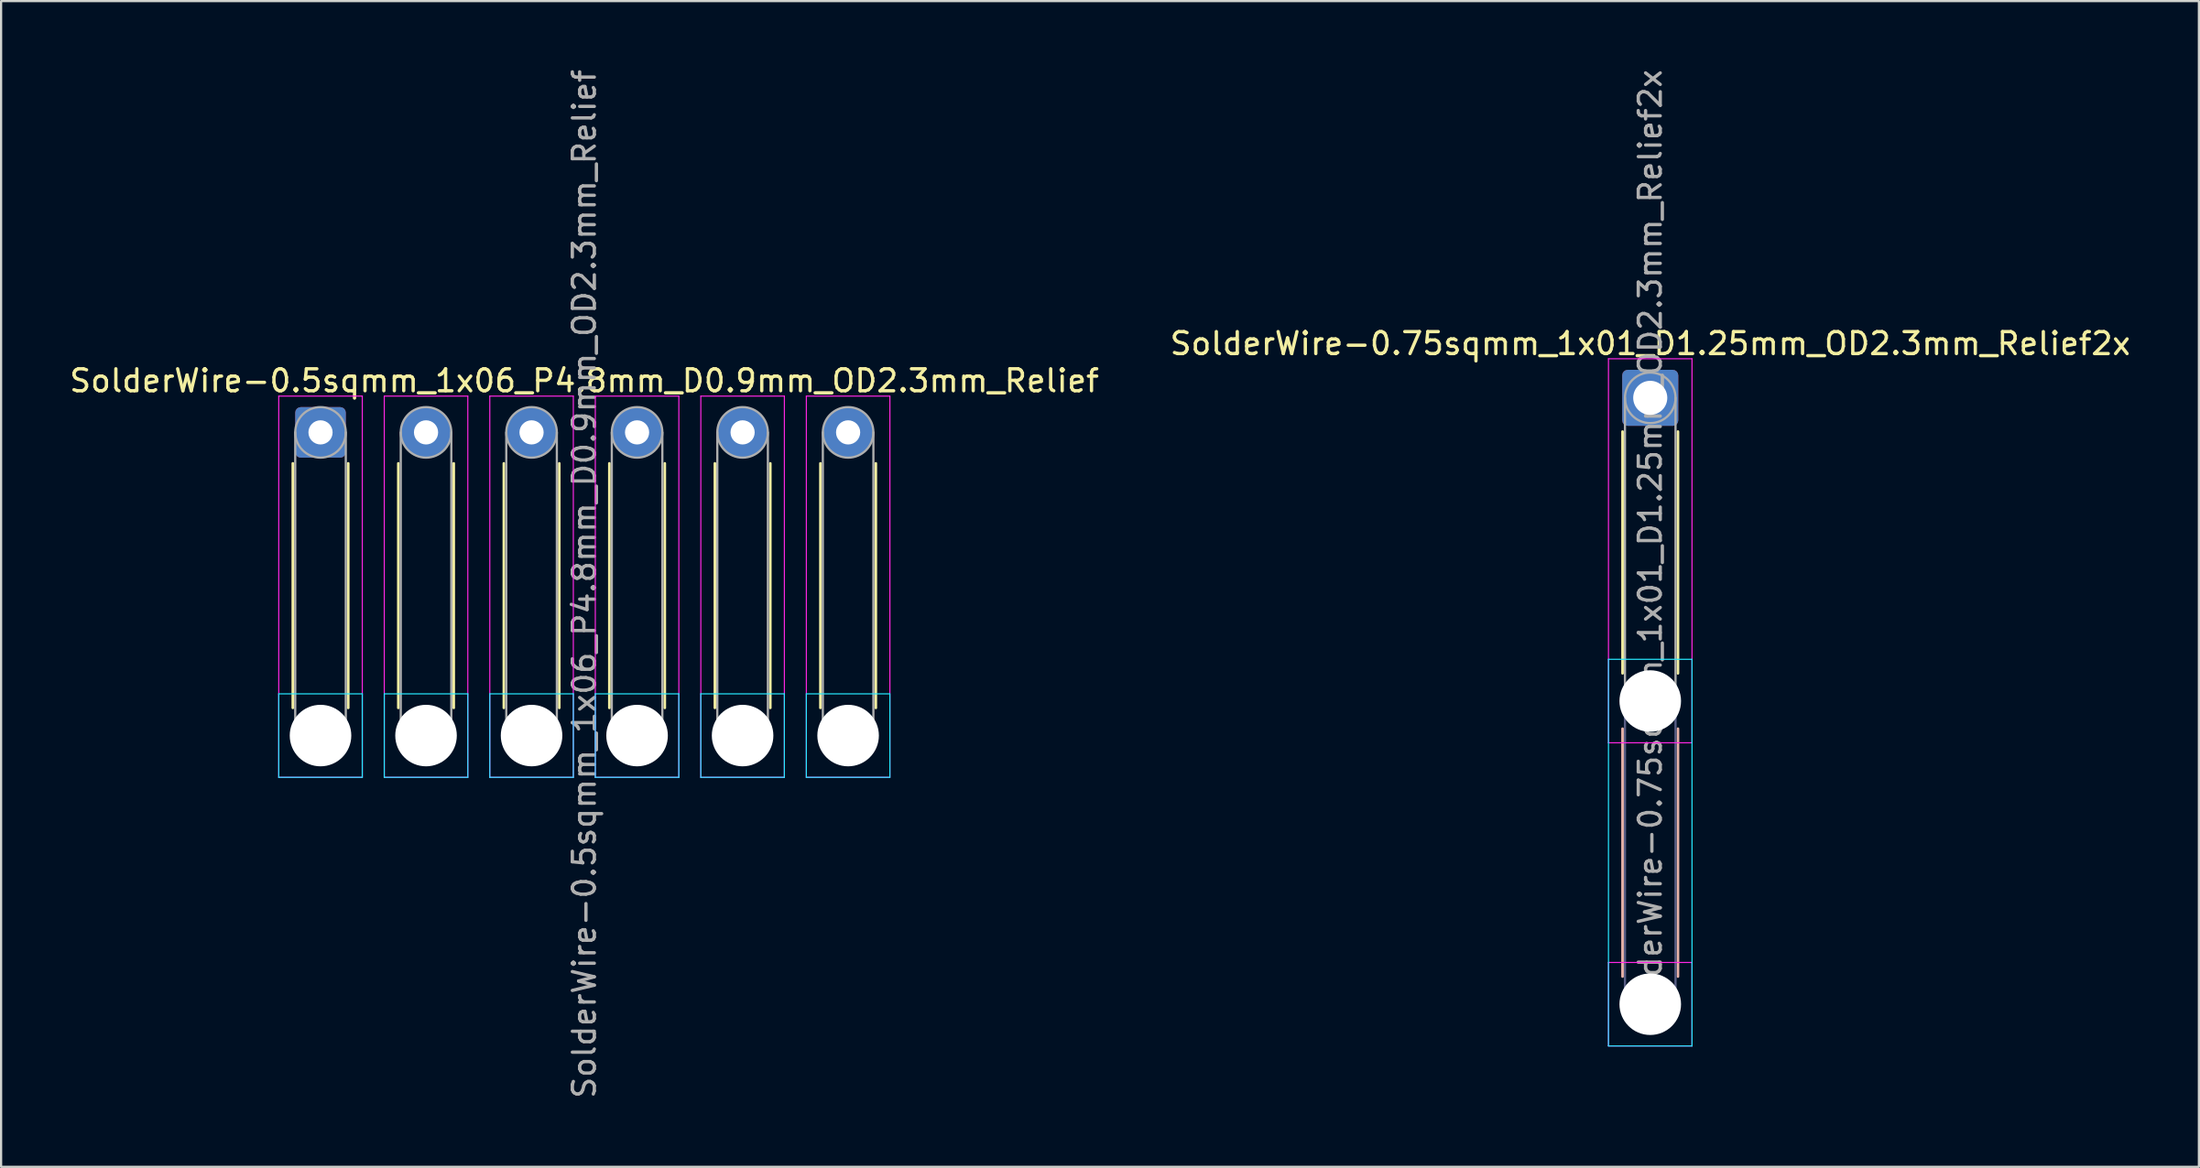
<source format=kicad_pcb>
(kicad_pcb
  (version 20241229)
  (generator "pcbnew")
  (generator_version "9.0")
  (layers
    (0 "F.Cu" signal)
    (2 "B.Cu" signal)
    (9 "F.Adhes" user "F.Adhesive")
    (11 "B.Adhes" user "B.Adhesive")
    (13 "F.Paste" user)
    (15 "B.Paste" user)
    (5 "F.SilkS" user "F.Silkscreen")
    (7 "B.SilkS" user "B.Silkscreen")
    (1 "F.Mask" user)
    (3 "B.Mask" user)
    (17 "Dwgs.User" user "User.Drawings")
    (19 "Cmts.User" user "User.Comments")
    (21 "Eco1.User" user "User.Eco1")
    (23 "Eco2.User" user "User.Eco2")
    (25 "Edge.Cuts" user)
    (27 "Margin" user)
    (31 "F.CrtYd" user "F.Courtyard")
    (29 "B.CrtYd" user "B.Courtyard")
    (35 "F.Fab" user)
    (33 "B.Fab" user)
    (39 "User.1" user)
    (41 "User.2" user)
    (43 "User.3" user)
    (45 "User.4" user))
  (footprint "SolderWire-0.5sqmm_1x06_P4.8mm_D0.9mm_OD2.3mm_Relief"
    (layer "F.Cu")
    (at 11.53 16.63)
    (property "Reference" "SolderWire-0.5sqmm_1x06_P4.8mm_D0.9mm_OD2.3mm_Relief" (at 12 -2.35 0) (layer "F.SilkS") (effects (font (size 1 1) (thickness 0.15))))
    (attr exclude_from_pos_files exclude_from_bom)
    (fp_line (start -1.26 1.41) (end -1.26 12.54) (stroke (width 0.12) (type solid)) (layer "F.SilkS"))
    (fp_line (start 1.26 1.41) (end 1.26 12.54) (stroke (width 0.12) (type solid)) (layer "F.SilkS"))
    (fp_line (start 3.54 1.41) (end 3.54 12.54) (stroke (width 0.12) (type solid)) (layer "F.SilkS"))
    (fp_line (start 6.06 1.41) (end 6.06 12.54) (stroke (width 0.12) (type solid)) (layer "F.SilkS"))
    (fp_line (start 8.34 1.41) (end 8.34 12.54) (stroke (width 0.12) (type solid)) (layer "F.SilkS"))
    (fp_line (start 10.86 1.41) (end 10.86 12.54) (stroke (width 0.12) (type solid)) (layer "F.SilkS"))
    (fp_line (start 13.14 1.41) (end 13.14 12.54) (stroke (width 0.12) (type solid)) (layer "F.SilkS"))
    (fp_line (start 15.66 1.41) (end 15.66 12.54) (stroke (width 0.12) (type solid)) (layer "F.SilkS"))
    (fp_line (start 17.94 1.41) (end 17.94 12.54) (stroke (width 0.12) (type solid)) (layer "F.SilkS"))
    (fp_line (start 20.46 1.41) (end 20.46 12.54) (stroke (width 0.12) (type solid)) (layer "F.SilkS"))
    (fp_line (start 22.74 1.41) (end 22.74 12.54) (stroke (width 0.12) (type solid)) (layer "F.SilkS"))
    (fp_line (start 25.26 1.41) (end 25.26 12.54) (stroke (width 0.12) (type solid)) (layer "F.SilkS"))
    (fp_line (start -1.9 11.9) (end -1.9 15.7) (stroke (width 0.05) (type solid)) (layer "B.CrtYd"))
    (fp_line (start -1.9 15.7) (end 1.9 15.7) (stroke (width 0.05) (type solid)) (layer "B.CrtYd"))
    (fp_line (start 1.9 11.9) (end -1.9 11.9) (stroke (width 0.05) (type solid)) (layer "B.CrtYd"))
    (fp_line (start 1.9 15.7) (end 1.9 11.9) (stroke (width 0.05) (type solid)) (layer "B.CrtYd"))
    (fp_line (start 2.9 11.9) (end 2.9 15.7) (stroke (width 0.05) (type solid)) (layer "B.CrtYd"))
    (fp_line (start 2.9 15.7) (end 6.7 15.7) (stroke (width 0.05) (type solid)) (layer "B.CrtYd"))
    (fp_line (start 6.7 11.9) (end 2.9 11.9) (stroke (width 0.05) (type solid)) (layer "B.CrtYd"))
    (fp_line (start 6.7 15.7) (end 6.7 11.9) (stroke (width 0.05) (type solid)) (layer "B.CrtYd"))
    (fp_line (start 7.7 11.9) (end 7.7 15.7) (stroke (width 0.05) (type solid)) (layer "B.CrtYd"))
    (fp_line (start 7.7 15.7) (end 11.5 15.7) (stroke (width 0.05) (type solid)) (layer "B.CrtYd"))
    (fp_line (start 11.5 11.9) (end 7.7 11.9) (stroke (width 0.05) (type solid)) (layer "B.CrtYd"))
    (fp_line (start 11.5 15.7) (end 11.5 11.9) (stroke (width 0.05) (type solid)) (layer "B.CrtYd"))
    (fp_line (start 12.5 11.9) (end 12.5 15.7) (stroke (width 0.05) (type solid)) (layer "B.CrtYd"))
    (fp_line (start 12.5 15.7) (end 16.3 15.7) (stroke (width 0.05) (type solid)) (layer "B.CrtYd"))
    (fp_line (start 16.3 11.9) (end 12.5 11.9) (stroke (width 0.05) (type solid)) (layer "B.CrtYd"))
    (fp_line (start 16.3 15.7) (end 16.3 11.9) (stroke (width 0.05) (type solid)) (layer "B.CrtYd"))
    (fp_line (start 17.3 11.9) (end 17.3 15.7) (stroke (width 0.05) (type solid)) (layer "B.CrtYd"))
    (fp_line (start 17.3 15.7) (end 21.1 15.7) (stroke (width 0.05) (type solid)) (layer "B.CrtYd"))
    (fp_line (start 21.1 11.9) (end 17.3 11.9) (stroke (width 0.05) (type solid)) (layer "B.CrtYd"))
    (fp_line (start 21.1 15.7) (end 21.1 11.9) (stroke (width 0.05) (type solid)) (layer "B.CrtYd"))
    (fp_line (start 22.1 11.9) (end 22.1 15.7) (stroke (width 0.05) (type solid)) (layer "B.CrtYd"))
    (fp_line (start 22.1 15.7) (end 25.9 15.7) (stroke (width 0.05) (type solid)) (layer "B.CrtYd"))
    (fp_line (start 25.9 11.9) (end 22.1 11.9) (stroke (width 0.05) (type solid)) (layer "B.CrtYd"))
    (fp_line (start 25.9 15.7) (end 25.9 11.9) (stroke (width 0.05) (type solid)) (layer "B.CrtYd"))
    (fp_line (start -1.9 -1.65) (end -1.9 15.7) (stroke (width 0.05) (type solid)) (layer "F.CrtYd"))
    (fp_line (start -1.9 15.7) (end 1.9 15.7) (stroke (width 0.05) (type solid)) (layer "F.CrtYd"))
    (fp_line (start 1.9 -1.65) (end -1.9 -1.65) (stroke (width 0.05) (type solid)) (layer "F.CrtYd"))
    (fp_line (start 1.9 15.7) (end 1.9 -1.65) (stroke (width 0.05) (type solid)) (layer "F.CrtYd"))
    (fp_line (start 2.9 -1.65) (end 2.9 15.7) (stroke (width 0.05) (type solid)) (layer "F.CrtYd"))
    (fp_line (start 2.9 15.7) (end 6.7 15.7) (stroke (width 0.05) (type solid)) (layer "F.CrtYd"))
    (fp_line (start 6.7 -1.65) (end 2.9 -1.65) (stroke (width 0.05) (type solid)) (layer "F.CrtYd"))
    (fp_line (start 6.7 15.7) (end 6.7 -1.65) (stroke (width 0.05) (type solid)) (layer "F.CrtYd"))
    (fp_line (start 7.7 -1.65) (end 7.7 15.7) (stroke (width 0.05) (type solid)) (layer "F.CrtYd"))
    (fp_line (start 7.7 15.7) (end 11.5 15.7) (stroke (width 0.05) (type solid)) (layer "F.CrtYd"))
    (fp_line (start 11.5 -1.65) (end 7.7 -1.65) (stroke (width 0.05) (type solid)) (layer "F.CrtYd"))
    (fp_line (start 11.5 15.7) (end 11.5 -1.65) (stroke (width 0.05) (type solid)) (layer "F.CrtYd"))
    (fp_line (start 12.5 -1.65) (end 12.5 15.7) (stroke (width 0.05) (type solid)) (layer "F.CrtYd"))
    (fp_line (start 12.5 15.7) (end 16.3 15.7) (stroke (width 0.05) (type solid)) (layer "F.CrtYd"))
    (fp_line (start 16.3 -1.65) (end 12.5 -1.65) (stroke (width 0.05) (type solid)) (layer "F.CrtYd"))
    (fp_line (start 16.3 15.7) (end 16.3 -1.65) (stroke (width 0.05) (type solid)) (layer "F.CrtYd"))
    (fp_line (start 17.3 -1.65) (end 17.3 15.7) (stroke (width 0.05) (type solid)) (layer "F.CrtYd"))
    (fp_line (start 17.3 15.7) (end 21.1 15.7) (stroke (width 0.05) (type solid)) (layer "F.CrtYd"))
    (fp_line (start 21.1 -1.65) (end 17.3 -1.65) (stroke (width 0.05) (type solid)) (layer "F.CrtYd"))
    (fp_line (start 21.1 15.7) (end 21.1 -1.65) (stroke (width 0.05) (type solid)) (layer "F.CrtYd"))
    (fp_line (start 22.1 -1.65) (end 22.1 15.7) (stroke (width 0.05) (type solid)) (layer "F.CrtYd"))
    (fp_line (start 22.1 15.7) (end 25.9 15.7) (stroke (width 0.05) (type solid)) (layer "F.CrtYd"))
    (fp_line (start 25.9 -1.65) (end 22.1 -1.65) (stroke (width 0.05) (type solid)) (layer "F.CrtYd"))
    (fp_line (start 25.9 15.7) (end 25.9 -1.65) (stroke (width 0.05) (type solid)) (layer "F.CrtYd"))
    (fp_line (start -1.15 0) (end -1.15 13.8) (stroke (width 0.1) (type solid)) (layer "F.Fab"))
    (fp_line (start 1.15 0) (end 1.15 13.8) (stroke (width 0.1) (type solid)) (layer "F.Fab"))
    (fp_line (start 3.65 0) (end 3.65 13.8) (stroke (width 0.1) (type solid)) (layer "F.Fab"))
    (fp_line (start 5.95 0) (end 5.95 13.8) (stroke (width 0.1) (type solid)) (layer "F.Fab"))
    (fp_line (start 8.45 0) (end 8.45 13.8) (stroke (width 0.1) (type solid)) (layer "F.Fab"))
    (fp_line (start 10.75 0) (end 10.75 13.8) (stroke (width 0.1) (type solid)) (layer "F.Fab"))
    (fp_line (start 13.25 0) (end 13.25 13.8) (stroke (width 0.1) (type solid)) (layer "F.Fab"))
    (fp_line (start 15.55 0) (end 15.55 13.8) (stroke (width 0.1) (type solid)) (layer "F.Fab"))
    (fp_line (start 18.05 0) (end 18.05 13.8) (stroke (width 0.1) (type solid)) (layer "F.Fab"))
    (fp_line (start 20.35 0) (end 20.35 13.8) (stroke (width 0.1) (type solid)) (layer "F.Fab"))
    (fp_line (start 22.85 0) (end 22.85 13.8) (stroke (width 0.1) (type solid)) (layer "F.Fab"))
    (fp_line (start 25.15 0) (end 25.15 13.8) (stroke (width 0.1) (type solid)) (layer "F.Fab"))
    (fp_circle (center 0 0) (end 1.15 0) (stroke (width 0.1) (type solid)) (fill no) (layer "F.Fab"))
    (fp_circle (center 0 13.8) (end 1.15 13.8) (stroke (width 0.1) (type solid)) (fill no) (layer "F.Fab"))
    (fp_circle (center 4.8 0) (end 5.95 0) (stroke (width 0.1) (type solid)) (fill no) (layer "F.Fab"))
    (fp_circle (center 4.8 13.8) (end 5.95 13.8) (stroke (width 0.1) (type solid)) (fill no) (layer "F.Fab"))
    (fp_circle (center 9.6 0) (end 10.75 0) (stroke (width 0.1) (type solid)) (fill no) (layer "F.Fab"))
    (fp_circle (center 9.6 13.8) (end 10.75 13.8) (stroke (width 0.1) (type solid)) (fill no) (layer "F.Fab"))
    (fp_circle (center 14.4 0) (end 15.55 0) (stroke (width 0.1) (type solid)) (fill no) (layer "F.Fab"))
    (fp_circle (center 14.4 13.8) (end 15.55 13.8) (stroke (width 0.1) (type solid)) (fill no) (layer "F.Fab"))
    (fp_circle (center 19.2 0) (end 20.35 0) (stroke (width 0.1) (type solid)) (fill no) (layer "F.Fab"))
    (fp_circle (center 19.2 13.8) (end 20.35 13.8) (stroke (width 0.1) (type solid)) (fill no) (layer "F.Fab"))
    (fp_circle (center 24 0) (end 25.15 0) (stroke (width 0.1) (type solid)) (fill no) (layer "F.Fab"))
    (fp_circle (center 24 13.8) (end 25.15 13.8) (stroke (width 0.1) (type solid)) (fill no) (layer "F.Fab"))
    (fp_text user "${REFERENCE}" (at 12 6.9 90) (layer "F.Fab") (effects (font (size 1 1) (thickness 0.15))))
    (pad "" np_thru_hole circle (at 0 13.8) (size 2.8 2.8) (drill 2.8) (layers "*.Cu" "*.Mask"))
    (pad "" np_thru_hole circle (at 4.8 13.8) (size 2.8 2.8) (drill 2.8) (layers "*.Cu" "*.Mask"))
    (pad "" np_thru_hole circle (at 9.6 13.8) (size 2.8 2.8) (drill 2.8) (layers "*.Cu" "*.Mask"))
    (pad "" np_thru_hole circle (at 14.4 13.8) (size 2.8 2.8) (drill 2.8) (layers "*.Cu" "*.Mask"))
    (pad "" np_thru_hole circle (at 19.2 13.8) (size 2.8 2.8) (drill 2.8) (layers "*.Cu" "*.Mask"))
    (pad "" np_thru_hole circle (at 24 13.8) (size 2.8 2.8) (drill 2.8) (layers "*.Cu" "*.Mask"))
    (pad "1" thru_hole roundrect (at 0 0) (size 2.3 2.3) (drill 1.1) (layers "*.Cu" "*.Mask") (roundrect_rratio 0.109))
    (pad "2" thru_hole circle (at 4.8 0) (size 2.3 2.3) (drill 1.1) (layers "*.Cu" "*.Mask"))
    (pad "3" thru_hole circle (at 9.6 0) (size 2.3 2.3) (drill 1.1) (layers "*.Cu" "*.Mask"))
    (pad "4" thru_hole circle (at 14.4 0) (size 2.3 2.3) (drill 1.1) (layers "*.Cu" "*.Mask"))
    (pad "5" thru_hole circle (at 19.2 0) (size 2.3 2.3) (drill 1.1) (layers "*.Cu" "*.Mask"))
    (pad "6" thru_hole circle (at 24 0) (size 2.3 2.3) (drill 1.1) (layers "*.Cu" "*.Mask")))
  (footprint "SolderWire-0.75sqmm_1x01_D1.25mm_OD2.3mm_Relief2x"
    (layer "F.Cu")
    (at 72.018 15.058)
    (property "Reference" "SolderWire-0.75sqmm_1x01_D1.25mm_OD2.3mm_Relief2x" (at 0 -2.47 0) (layer "F.SilkS") (effects (font (size 1 1) (thickness 0.15))))
    (attr exclude_from_pos_files exclude_from_bom)
    (fp_line (start -1.26 1.535) (end -1.26 12.54) (stroke (width 0.12) (type solid)) (layer "F.SilkS"))
    (fp_line (start 1.26 1.535) (end 1.26 12.54) (stroke (width 0.12) (type solid)) (layer "F.SilkS"))
    (fp_line (start -1.26 15.06) (end -1.26 26.34) (stroke (width 0.12) (type solid)) (layer "B.SilkS"))
    (fp_line (start 1.26 15.06) (end 1.26 26.34) (stroke (width 0.12) (type solid)) (layer "B.SilkS"))
    (fp_line (start -1.9 11.9) (end -1.9 29.5) (stroke (width 0.05) (type solid)) (layer "B.CrtYd"))
    (fp_line (start -1.9 29.5) (end 1.9 29.5) (stroke (width 0.05) (type solid)) (layer "B.CrtYd"))
    (fp_line (start 1.9 11.9) (end -1.9 11.9) (stroke (width 0.05) (type solid)) (layer "B.CrtYd"))
    (fp_line (start 1.9 29.5) (end 1.9 11.9) (stroke (width 0.05) (type solid)) (layer "B.CrtYd"))
    (fp_line (start -1.9 -1.78) (end -1.9 15.7) (stroke (width 0.05) (type solid)) (layer "F.CrtYd"))
    (fp_line (start -1.9 15.7) (end 1.9 15.7) (stroke (width 0.05) (type solid)) (layer "F.CrtYd"))
    (fp_line (start -1.9 25.7) (end -1.9 29.5) (stroke (width 0.05) (type solid)) (layer "F.CrtYd"))
    (fp_line (start -1.9 29.5) (end 1.9 29.5) (stroke (width 0.05) (type solid)) (layer "F.CrtYd"))
    (fp_line (start 1.9 -1.78) (end -1.9 -1.78) (stroke (width 0.05) (type solid)) (layer "F.CrtYd"))
    (fp_line (start 1.9 15.7) (end 1.9 -1.78) (stroke (width 0.05) (type solid)) (layer "F.CrtYd"))
    (fp_line (start 1.9 25.7) (end -1.9 25.7) (stroke (width 0.05) (type solid)) (layer "F.CrtYd"))
    (fp_line (start 1.9 29.5) (end 1.9 25.7) (stroke (width 0.05) (type solid)) (layer "F.CrtYd"))
    (fp_line (start -1.15 13.8) (end -1.15 27.6) (stroke (width 0.1) (type solid)) (layer "B.Fab"))
    (fp_line (start 1.15 13.8) (end 1.15 27.6) (stroke (width 0.1) (type solid)) (layer "B.Fab"))
    (fp_circle (center 0 13.8) (end 1.15 13.8) (stroke (width 0.1) (type solid)) (fill no) (layer "B.Fab"))
    (fp_circle (center 0 27.6) (end 1.15 27.6) (stroke (width 0.1) (type solid)) (fill no) (layer "B.Fab"))
    (fp_line (start -1.15 0) (end -1.15 13.8) (stroke (width 0.1) (type solid)) (layer "F.Fab"))
    (fp_line (start 1.15 0) (end 1.15 13.8) (stroke (width 0.1) (type solid)) (layer "F.Fab"))
    (fp_circle (center 0 0) (end 1.15 0) (stroke (width 0.1) (type solid)) (fill no) (layer "F.Fab"))
    (fp_circle (center 0 13.8) (end 1.15 13.8) (stroke (width 0.1) (type solid)) (fill no) (layer "F.Fab"))
    (fp_circle (center 0 27.6) (end 1.15 27.6) (stroke (width 0.1) (type solid)) (fill no) (layer "F.Fab"))
    (fp_text user "${REFERENCE}" (at 0 6.9 90) (layer "F.Fab") (effects (font (size 1 1) (thickness 0.15))))
    (pad "" np_thru_hole circle (at 0 13.8) (size 2.8 2.8) (drill 2.8) (layers "*.Cu" "*.Mask"))
    (pad "" np_thru_hole circle (at 0 27.6) (size 2.8 2.8) (drill 2.8) (layers "*.Cu" "*.Mask"))
    (pad "1" thru_hole roundrect (at 0 0) (size 2.55 2.55) (drill 1.55) (layers "*.Cu" "*.Mask") (roundrect_rratio 0.098)))
  (gr_rect
    (start -3 -3)
    (end 96.976 50.06)
    (stroke (width 0.1) (type default))
    (fill no)
    (layer "Edge.Cuts")))
</source>
